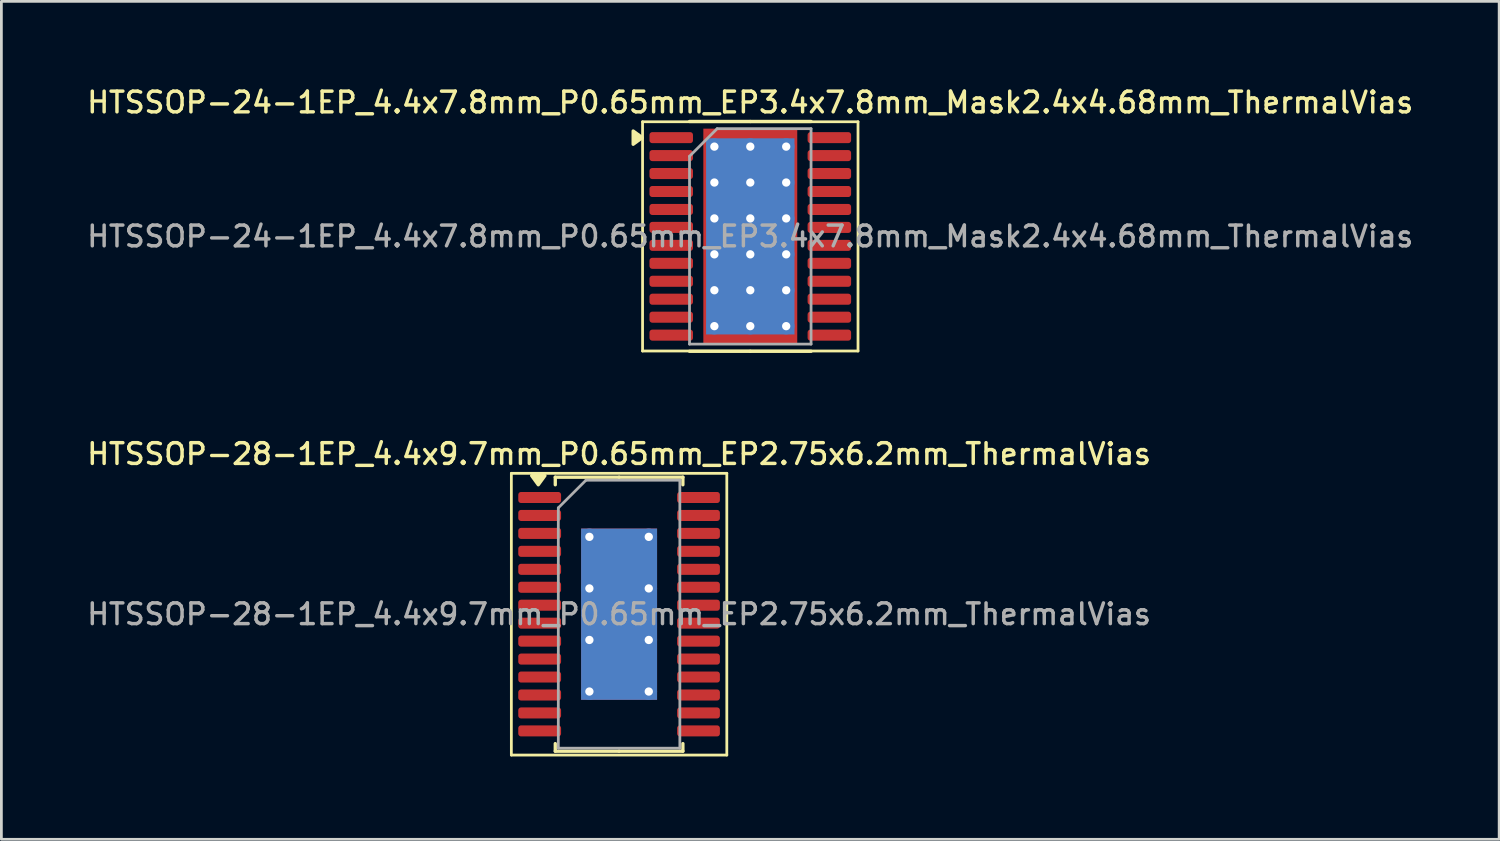
<source format=kicad_pcb>
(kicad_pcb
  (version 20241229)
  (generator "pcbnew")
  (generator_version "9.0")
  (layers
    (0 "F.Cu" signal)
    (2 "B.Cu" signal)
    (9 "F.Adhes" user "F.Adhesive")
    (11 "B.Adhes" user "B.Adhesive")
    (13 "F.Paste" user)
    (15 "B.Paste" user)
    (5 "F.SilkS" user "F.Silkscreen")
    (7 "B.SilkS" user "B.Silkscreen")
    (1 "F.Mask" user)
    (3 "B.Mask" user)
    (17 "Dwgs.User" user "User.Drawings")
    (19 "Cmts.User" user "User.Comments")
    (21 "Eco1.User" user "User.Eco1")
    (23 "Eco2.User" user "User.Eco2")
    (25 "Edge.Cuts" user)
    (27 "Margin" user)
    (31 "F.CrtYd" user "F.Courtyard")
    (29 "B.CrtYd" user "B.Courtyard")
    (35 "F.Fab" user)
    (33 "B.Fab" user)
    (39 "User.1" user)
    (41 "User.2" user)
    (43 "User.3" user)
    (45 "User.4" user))
  (footprint "HTSSOP-28-1EP_4.4x9.7mm_P0.65mm_EP2.75x6.2mm_ThermalVias"
    (layer "F.Cu")
    (at 19.363 19.186)
    (property "Reference" "HTSSOP-28-1EP_4.4x9.7mm_P0.65mm_EP2.75x6.2mm_ThermalVias" (at 0 -5.8 0) (layer "F.SilkS") (effects (font (size 0.75 0.75) (thickness 0.125))))
    (attr smd)
    (fp_line (start -3.9 -5.1) (end -3.9 5.1) (stroke (width 0.1) (type solid)) (layer "F.SilkS"))
    (fp_line (start -3.9 5.1) (end 3.9 5.1) (stroke (width 0.1) (type solid)) (layer "F.SilkS"))
    (fp_line (start -2.31 -4.96) (end -2.31 -4.685) (stroke (width 0.12) (type solid)) (layer "F.SilkS"))
    (fp_line (start -2.31 4.96) (end -2.31 4.685) (stroke (width 0.12) (type solid)) (layer "F.SilkS"))
    (fp_line (start 0 -4.96) (end -2.31 -4.96) (stroke (width 0.12) (type solid)) (layer "F.SilkS"))
    (fp_line (start 0 -4.96) (end 2.31 -4.96) (stroke (width 0.12) (type solid)) (layer "F.SilkS"))
    (fp_line (start 0 4.96) (end -2.31 4.96) (stroke (width 0.12) (type solid)) (layer "F.SilkS"))
    (fp_line (start 0 4.96) (end 2.31 4.96) (stroke (width 0.12) (type solid)) (layer "F.SilkS"))
    (fp_line (start 2.31 -4.96) (end 2.31 -4.685) (stroke (width 0.12) (type solid)) (layer "F.SilkS"))
    (fp_line (start 2.31 4.96) (end 2.31 4.685) (stroke (width 0.12) (type solid)) (layer "F.SilkS"))
    (fp_line (start 3.9 -5.1) (end -3.9 -5.1) (stroke (width 0.1) (type solid)) (layer "F.SilkS"))
    (fp_line (start 3.9 5.1) (end 3.9 -5.1) (stroke (width 0.1) (type solid)) (layer "F.SilkS"))
    (fp_poly (pts (xy -2.925 -4.685) (xy -3.165 -5.015) (xy -2.685 -5.015) (xy -2.925 -4.685)) (stroke (width 0.12) (type solid)) (fill yes) (layer "F.SilkS"))
    (fp_line (start -2.2 -3.85) (end -1.2 -4.85) (stroke (width 0.1) (type solid)) (layer "F.Fab"))
    (fp_line (start -2.2 4.85) (end -2.2 -3.85) (stroke (width 0.1) (type solid)) (layer "F.Fab"))
    (fp_line (start -1.2 -4.85) (end 2.2 -4.85) (stroke (width 0.1) (type solid)) (layer "F.Fab"))
    (fp_line (start 2.2 -4.85) (end 2.2 4.85) (stroke (width 0.1) (type solid)) (layer "F.Fab"))
    (fp_line (start 2.2 4.85) (end -2.2 4.85) (stroke (width 0.1) (type solid)) (layer "F.Fab"))
    (fp_text user "${REFERENCE}" (at 0 0 0) (layer "F.Fab") (effects (font (size 0.75 0.75) (thickness 0.125))))
    (pad "" smd roundrect (at 0 -2.07) (size 2.22 1.67) (layers "F.Paste") (roundrect_rratio 0.15))
    (pad "" smd roundrect (at 0 0) (size 2.22 1.67) (layers "F.Paste") (roundrect_rratio 0.15))
    (pad "" smd roundrect (at 0 2.07) (size 2.22 1.67) (layers "F.Paste") (roundrect_rratio 0.15))
    (pad "1" smd roundrect (at -2.875 -4.225) (size 1.55 0.4) (layers "F.Cu" "F.Mask" "F.Paste") (roundrect_rratio 0.25))
    (pad "2" smd roundrect (at -2.875 -3.575) (size 1.55 0.4) (layers "F.Cu" "F.Mask" "F.Paste") (roundrect_rratio 0.25))
    (pad "3" smd roundrect (at -2.875 -2.925) (size 1.55 0.4) (layers "F.Cu" "F.Mask" "F.Paste") (roundrect_rratio 0.25))
    (pad "4" smd roundrect (at -2.875 -2.275) (size 1.55 0.4) (layers "F.Cu" "F.Mask" "F.Paste") (roundrect_rratio 0.25))
    (pad "5" smd roundrect (at -2.875 -1.625) (size 1.55 0.4) (layers "F.Cu" "F.Mask" "F.Paste") (roundrect_rratio 0.25))
    (pad "6" smd roundrect (at -2.875 -0.975) (size 1.55 0.4) (layers "F.Cu" "F.Mask" "F.Paste") (roundrect_rratio 0.25))
    (pad "7" smd roundrect (at -2.875 -0.325) (size 1.55 0.4) (layers "F.Cu" "F.Mask" "F.Paste") (roundrect_rratio 0.25))
    (pad "8" smd roundrect (at -2.875 0.325) (size 1.55 0.4) (layers "F.Cu" "F.Mask" "F.Paste") (roundrect_rratio 0.25))
    (pad "9" smd roundrect (at -2.875 0.975) (size 1.55 0.4) (layers "F.Cu" "F.Mask" "F.Paste") (roundrect_rratio 0.25))
    (pad "10" smd roundrect (at -2.875 1.625) (size 1.55 0.4) (layers "F.Cu" "F.Mask" "F.Paste") (roundrect_rratio 0.25))
    (pad "11" smd roundrect (at -2.875 2.275) (size 1.55 0.4) (layers "F.Cu" "F.Mask" "F.Paste") (roundrect_rratio 0.25))
    (pad "12" smd roundrect (at -2.875 2.925) (size 1.55 0.4) (layers "F.Cu" "F.Mask" "F.Paste") (roundrect_rratio 0.25))
    (pad "13" smd roundrect (at -2.875 3.575) (size 1.55 0.4) (layers "F.Cu" "F.Mask" "F.Paste") (roundrect_rratio 0.25))
    (pad "14" smd roundrect (at -2.875 4.225) (size 1.55 0.4) (layers "F.Cu" "F.Mask" "F.Paste") (roundrect_rratio 0.25))
    (pad "15" smd roundrect (at 2.875 4.225) (size 1.55 0.4) (layers "F.Cu" "F.Mask" "F.Paste") (roundrect_rratio 0.25))
    (pad "16" smd roundrect (at 2.875 3.575) (size 1.55 0.4) (layers "F.Cu" "F.Mask" "F.Paste") (roundrect_rratio 0.25))
    (pad "17" smd roundrect (at 2.875 2.925) (size 1.55 0.4) (layers "F.Cu" "F.Mask" "F.Paste") (roundrect_rratio 0.25))
    (pad "18" smd roundrect (at 2.875 2.275) (size 1.55 0.4) (layers "F.Cu" "F.Mask" "F.Paste") (roundrect_rratio 0.25))
    (pad "19" smd roundrect (at 2.875 1.625) (size 1.55 0.4) (layers "F.Cu" "F.Mask" "F.Paste") (roundrect_rratio 0.25))
    (pad "20" smd roundrect (at 2.875 0.975) (size 1.55 0.4) (layers "F.Cu" "F.Mask" "F.Paste") (roundrect_rratio 0.25))
    (pad "21" smd roundrect (at 2.875 0.325) (size 1.55 0.4) (layers "F.Cu" "F.Mask" "F.Paste") (roundrect_rratio 0.25))
    (pad "22" smd roundrect (at 2.875 -0.325) (size 1.55 0.4) (layers "F.Cu" "F.Mask" "F.Paste") (roundrect_rratio 0.25))
    (pad "23" smd roundrect (at 2.875 -0.975) (size 1.55 0.4) (layers "F.Cu" "F.Mask" "F.Paste") (roundrect_rratio 0.25))
    (pad "24" smd roundrect (at 2.875 -1.625) (size 1.55 0.4) (layers "F.Cu" "F.Mask" "F.Paste") (roundrect_rratio 0.25))
    (pad "25" smd roundrect (at 2.875 -2.275) (size 1.55 0.4) (layers "F.Cu" "F.Mask" "F.Paste") (roundrect_rratio 0.25))
    (pad "26" smd roundrect (at 2.875 -2.925) (size 1.55 0.4) (layers "F.Cu" "F.Mask" "F.Paste") (roundrect_rratio 0.25))
    (pad "27" smd roundrect (at 2.875 -3.575) (size 1.55 0.4) (layers "F.Cu" "F.Mask" "F.Paste") (roundrect_rratio 0.25))
    (pad "28" smd roundrect (at 2.875 -4.225) (size 1.55 0.4) (layers "F.Cu" "F.Mask" "F.Paste") (roundrect_rratio 0.25))
    (pad "29" thru_hole circle (at -1.075 -2.8) (size 0.6 0.6) (drill 0.3) (property pad_prop_heatsink) (layers "*.Cu"))
    (pad "29" thru_hole circle (at -1.075 -0.933) (size 0.6 0.6) (drill 0.3) (property pad_prop_heatsink) (layers "*.Cu"))
    (pad "29" thru_hole circle (at -1.075 0.933) (size 0.6 0.6) (drill 0.3) (property pad_prop_heatsink) (layers "*.Cu"))
    (pad "29" thru_hole circle (at -1.075 2.8) (size 0.6 0.6) (drill 0.3) (property pad_prop_heatsink) (layers "*.Cu"))
    (pad "29" smd rect (at 0 0) (size 2.75 6.2) (property pad_prop_heatsink) (layers "F.Cu" "F.Mask"))
    (pad "29" smd rect (at 0 0) (size 2.75 6.2) (property pad_prop_heatsink) (layers "B.Cu"))
    (pad "29" thru_hole circle (at 1.075 -2.8) (size 0.6 0.6) (drill 0.3) (property pad_prop_heatsink) (layers "*.Cu"))
    (pad "29" thru_hole circle (at 1.075 -0.933) (size 0.6 0.6) (drill 0.3) (property pad_prop_heatsink) (layers "*.Cu"))
    (pad "29" thru_hole circle (at 1.075 0.933) (size 0.6 0.6) (drill 0.3) (property pad_prop_heatsink) (layers "*.Cu"))
    (pad "29" thru_hole circle (at 1.075 2.8) (size 0.6 0.6) (drill 0.3) (property pad_prop_heatsink) (layers "*.Cu")))
  (footprint "HTSSOP-24-1EP_4.4x7.8mm_P0.65mm_EP3.4x7.8mm_Mask2.4x4.68mm_ThermalVias"
    (layer "F.Cu")
    (at 24.113 5.508)
    (property "Reference" "HTSSOP-24-1EP_4.4x7.8mm_P0.65mm_EP3.4x7.8mm_Mask2.4x4.68mm_ThermalVias" (at 0 -4.85 0) (layer "F.SilkS") (effects (font (size 0.75 0.75) (thickness 0.125))))
    (attr smd)
    (fp_line (start -3.9 -4.15) (end -3.9 4.15) (stroke (width 0.1) (type solid)) (layer "F.SilkS"))
    (fp_line (start -3.9 4.15) (end 3.9 4.15) (stroke (width 0.1) (type solid)) (layer "F.SilkS"))
    (fp_line (start 0 -4.16) (end -2.2 -4.16) (stroke (width 0.12) (type solid)) (layer "F.SilkS"))
    (fp_line (start 0 -4.16) (end 2.2 -4.16) (stroke (width 0.12) (type solid)) (layer "F.SilkS"))
    (fp_line (start 0 4.16) (end -2.2 4.16) (stroke (width 0.12) (type solid)) (layer "F.SilkS"))
    (fp_line (start 0 4.16) (end 2.2 4.16) (stroke (width 0.12) (type solid)) (layer "F.SilkS"))
    (fp_line (start 3.9 -4.15) (end -3.9 -4.15) (stroke (width 0.1) (type solid)) (layer "F.SilkS"))
    (fp_line (start 3.9 4.15) (end 3.9 -4.15) (stroke (width 0.1) (type solid)) (layer "F.SilkS"))
    (fp_poly (pts (xy -3.91 -3.575) (xy -4.24 -3.815) (xy -4.24 -3.335) (xy -3.91 -3.575)) (stroke (width 0.12) (type solid)) (fill yes) (layer "F.SilkS"))
    (fp_line (start -2.2 -2.9) (end -1.2 -3.9) (stroke (width 0.1) (type solid)) (layer "F.Fab"))
    (fp_line (start -2.2 3.9) (end -2.2 -2.9) (stroke (width 0.1) (type solid)) (layer "F.Fab"))
    (fp_line (start -1.2 -3.9) (end 2.2 -3.9) (stroke (width 0.1) (type solid)) (layer "F.Fab"))
    (fp_line (start 2.2 -3.9) (end 2.2 3.9) (stroke (width 0.1) (type solid)) (layer "F.Fab"))
    (fp_line (start 2.2 3.9) (end -2.2 3.9) (stroke (width 0.1) (type solid)) (layer "F.Fab"))
    (fp_text user "${REFERENCE}" (at 0 0 0) (layer "F.Fab") (effects (font (size 0.75 0.75) (thickness 0.125))))
    (pad "" smd roundrect (at 0 -1.17) (size 1.93 1.89) (layers "F.Paste") (roundrect_rratio 0.132))
    (pad "" smd rect (at 0 0) (size 2.4 4.68) (layers "F.Mask"))
    (pad "" smd roundrect (at 0 1.17) (size 1.93 1.89) (layers "F.Paste") (roundrect_rratio 0.132))
    (pad "1" smd roundrect (at -2.862 -3.575) (size 1.575 0.4) (layers "F.Cu" "F.Mask" "F.Paste") (roundrect_rratio 0.25))
    (pad "2" smd roundrect (at -2.862 -2.925) (size 1.575 0.4) (layers "F.Cu" "F.Mask" "F.Paste") (roundrect_rratio 0.25))
    (pad "3" smd roundrect (at -2.862 -2.275) (size 1.575 0.4) (layers "F.Cu" "F.Mask" "F.Paste") (roundrect_rratio 0.25))
    (pad "4" smd roundrect (at -2.862 -1.625) (size 1.575 0.4) (layers "F.Cu" "F.Mask" "F.Paste") (roundrect_rratio 0.25))
    (pad "5" smd roundrect (at -2.862 -0.975) (size 1.575 0.4) (layers "F.Cu" "F.Mask" "F.Paste") (roundrect_rratio 0.25))
    (pad "6" smd roundrect (at -2.862 -0.325) (size 1.575 0.4) (layers "F.Cu" "F.Mask" "F.Paste") (roundrect_rratio 0.25))
    (pad "7" smd roundrect (at -2.862 0.325) (size 1.575 0.4) (layers "F.Cu" "F.Mask" "F.Paste") (roundrect_rratio 0.25))
    (pad "8" smd roundrect (at -2.862 0.975) (size 1.575 0.4) (layers "F.Cu" "F.Mask" "F.Paste") (roundrect_rratio 0.25))
    (pad "9" smd roundrect (at -2.862 1.625) (size 1.575 0.4) (layers "F.Cu" "F.Mask" "F.Paste") (roundrect_rratio 0.25))
    (pad "10" smd roundrect (at -2.862 2.275) (size 1.575 0.4) (layers "F.Cu" "F.Mask" "F.Paste") (roundrect_rratio 0.25))
    (pad "11" smd roundrect (at -2.862 2.925) (size 1.575 0.4) (layers "F.Cu" "F.Mask" "F.Paste") (roundrect_rratio 0.25))
    (pad "12" smd roundrect (at -2.862 3.575) (size 1.575 0.4) (layers "F.Cu" "F.Mask" "F.Paste") (roundrect_rratio 0.25))
    (pad "13" smd roundrect (at 2.862 3.575) (size 1.575 0.4) (layers "F.Cu" "F.Mask" "F.Paste") (roundrect_rratio 0.25))
    (pad "14" smd roundrect (at 2.862 2.925) (size 1.575 0.4) (layers "F.Cu" "F.Mask" "F.Paste") (roundrect_rratio 0.25))
    (pad "15" smd roundrect (at 2.862 2.275) (size 1.575 0.4) (layers "F.Cu" "F.Mask" "F.Paste") (roundrect_rratio 0.25))
    (pad "16" smd roundrect (at 2.862 1.625) (size 1.575 0.4) (layers "F.Cu" "F.Mask" "F.Paste") (roundrect_rratio 0.25))
    (pad "17" smd roundrect (at 2.862 0.975) (size 1.575 0.4) (layers "F.Cu" "F.Mask" "F.Paste") (roundrect_rratio 0.25))
    (pad "18" smd roundrect (at 2.862 0.325) (size 1.575 0.4) (layers "F.Cu" "F.Mask" "F.Paste") (roundrect_rratio 0.25))
    (pad "19" smd roundrect (at 2.862 -0.325) (size 1.575 0.4) (layers "F.Cu" "F.Mask" "F.Paste") (roundrect_rratio 0.25))
    (pad "20" smd roundrect (at 2.862 -0.975) (size 1.575 0.4) (layers "F.Cu" "F.Mask" "F.Paste") (roundrect_rratio 0.25))
    (pad "21" smd roundrect (at 2.862 -1.625) (size 1.575 0.4) (layers "F.Cu" "F.Mask" "F.Paste") (roundrect_rratio 0.25))
    (pad "22" smd roundrect (at 2.862 -2.275) (size 1.575 0.4) (layers "F.Cu" "F.Mask" "F.Paste") (roundrect_rratio 0.25))
    (pad "23" smd roundrect (at 2.862 -2.925) (size 1.575 0.4) (layers "F.Cu" "F.Mask" "F.Paste") (roundrect_rratio 0.25))
    (pad "24" smd roundrect (at 2.862 -3.575) (size 1.575 0.4) (layers "F.Cu" "F.Mask" "F.Paste") (roundrect_rratio 0.25))
    (pad "25" thru_hole circle (at -1.3 -3.25) (size 0.6 0.6) (drill 0.3) (property pad_prop_heatsink) (layers "*.Cu"))
    (pad "25" thru_hole circle (at -1.3 -1.95) (size 0.6 0.6) (drill 0.3) (property pad_prop_heatsink) (layers "*.Cu"))
    (pad "25" thru_hole circle (at -1.3 -0.65) (size 0.6 0.6) (drill 0.3) (property pad_prop_heatsink) (layers "*.Cu"))
    (pad "25" thru_hole circle (at -1.3 0.65) (size 0.6 0.6) (drill 0.3) (property pad_prop_heatsink) (layers "*.Cu"))
    (pad "25" thru_hole circle (at -1.3 1.95) (size 0.6 0.6) (drill 0.3) (property pad_prop_heatsink) (layers "*.Cu"))
    (pad "25" thru_hole circle (at -1.3 3.25) (size 0.6 0.6) (drill 0.3) (property pad_prop_heatsink) (layers "*.Cu"))
    (pad "25" thru_hole circle (at 0 -3.25) (size 0.6 0.6) (drill 0.3) (property pad_prop_heatsink) (layers "*.Cu"))
    (pad "25" thru_hole circle (at 0 -1.95) (size 0.6 0.6) (drill 0.3) (property pad_prop_heatsink) (layers "*.Cu"))
    (pad "25" thru_hole circle (at 0 -0.65) (size 0.6 0.6) (drill 0.3) (property pad_prop_heatsink) (layers "*.Cu"))
    (pad "25" smd rect (at 0 0) (size 3.2 7.1) (property pad_prop_heatsink) (layers "B.Cu"))
    (pad "25" smd rect (at 0 0) (size 3.4 7.8) (property pad_prop_heatsink) (layers "F.Cu"))
    (pad "25" thru_hole circle (at 0 0.65) (size 0.6 0.6) (drill 0.3) (property pad_prop_heatsink) (layers "*.Cu"))
    (pad "25" thru_hole circle (at 0 1.95) (size 0.6 0.6) (drill 0.3) (property pad_prop_heatsink) (layers "*.Cu"))
    (pad "25" thru_hole circle (at 0 3.25) (size 0.6 0.6) (drill 0.3) (property pad_prop_heatsink) (layers "*.Cu"))
    (pad "25" thru_hole circle (at 1.3 -3.25) (size 0.6 0.6) (drill 0.3) (property pad_prop_heatsink) (layers "*.Cu"))
    (pad "25" thru_hole circle (at 1.3 -1.95) (size 0.6 0.6) (drill 0.3) (property pad_prop_heatsink) (layers "*.Cu"))
    (pad "25" thru_hole circle (at 1.3 -0.65) (size 0.6 0.6) (drill 0.3) (property pad_prop_heatsink) (layers "*.Cu"))
    (pad "25" thru_hole circle (at 1.3 0.65) (size 0.6 0.6) (drill 0.3) (property pad_prop_heatsink) (layers "*.Cu"))
    (pad "25" thru_hole circle (at 1.3 1.95) (size 0.6 0.6) (drill 0.3) (property pad_prop_heatsink) (layers "*.Cu"))
    (pad "25" thru_hole circle (at 1.3 3.25) (size 0.6 0.6) (drill 0.3) (property pad_prop_heatsink) (layers "*.Cu")))
  (gr_rect
    (start -3 -3)
    (end 51.225 27.336)
    (stroke (width 0.1) (type default))
    (fill no)
    (layer "Edge.Cuts")))
</source>
